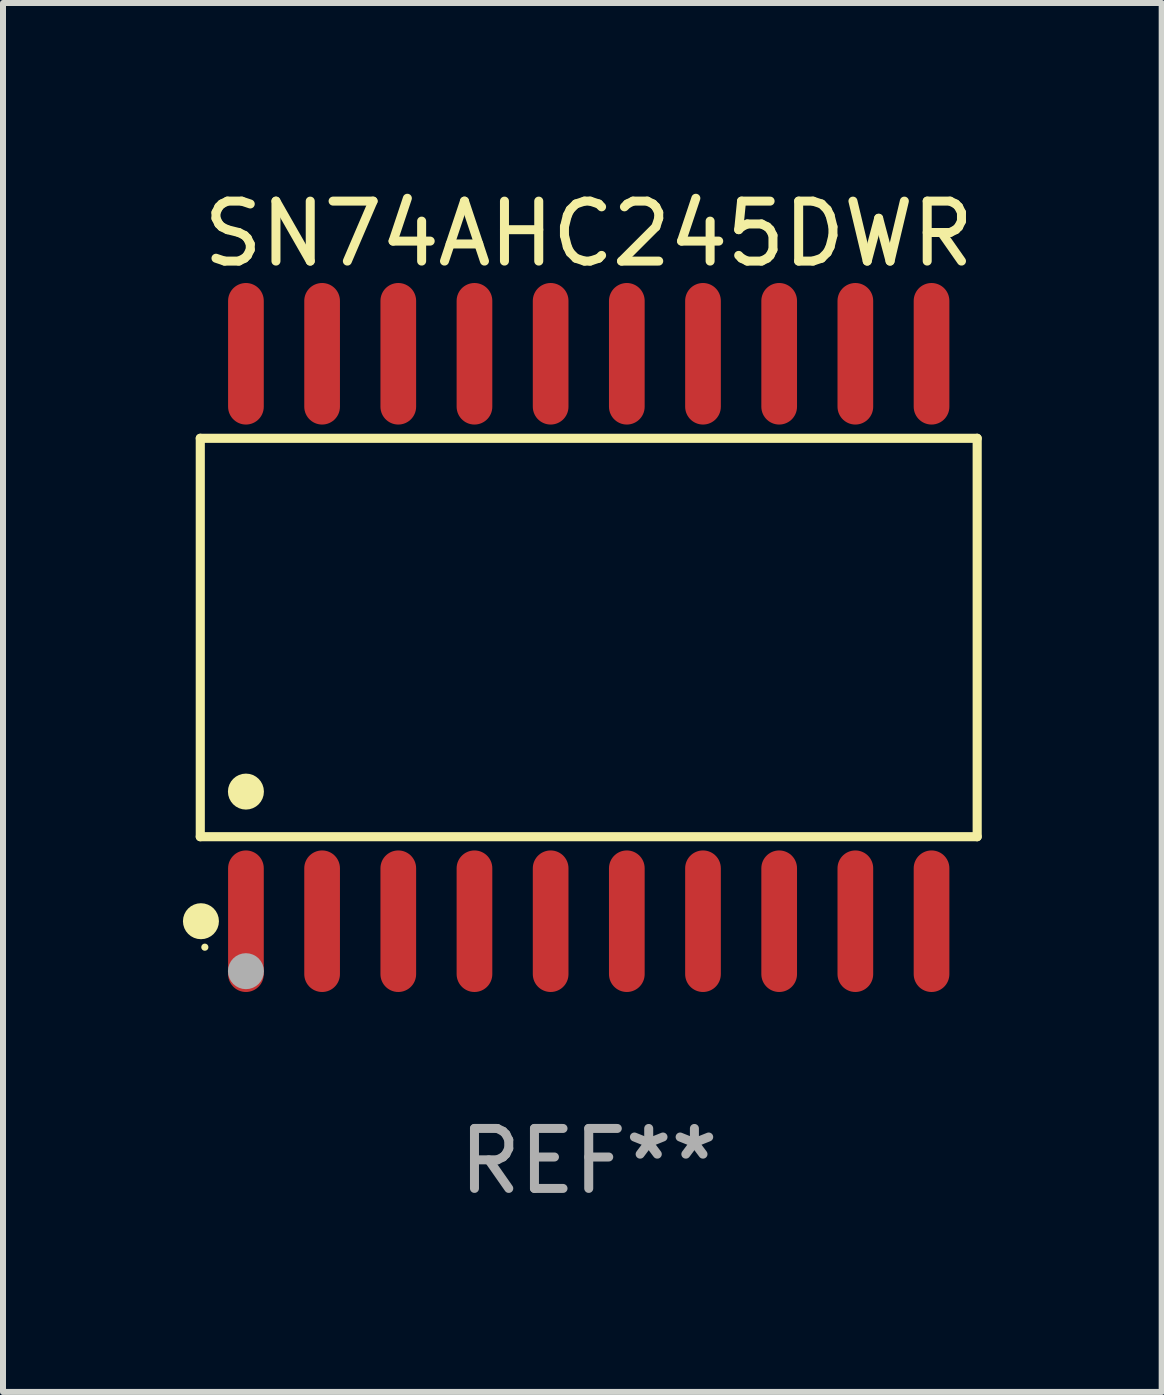
<source format=kicad_pcb>
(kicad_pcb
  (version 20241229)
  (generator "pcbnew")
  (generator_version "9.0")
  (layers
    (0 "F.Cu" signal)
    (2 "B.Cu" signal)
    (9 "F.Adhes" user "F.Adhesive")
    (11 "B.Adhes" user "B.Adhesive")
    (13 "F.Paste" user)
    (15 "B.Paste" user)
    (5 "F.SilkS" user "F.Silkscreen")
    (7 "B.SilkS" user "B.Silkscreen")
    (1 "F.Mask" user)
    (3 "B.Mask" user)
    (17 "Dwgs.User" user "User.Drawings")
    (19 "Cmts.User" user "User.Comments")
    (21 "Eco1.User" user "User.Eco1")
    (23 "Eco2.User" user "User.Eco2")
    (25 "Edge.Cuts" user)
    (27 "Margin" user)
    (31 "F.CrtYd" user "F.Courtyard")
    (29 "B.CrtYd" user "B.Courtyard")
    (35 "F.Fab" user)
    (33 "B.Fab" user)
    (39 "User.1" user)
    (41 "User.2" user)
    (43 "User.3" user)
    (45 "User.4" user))
  (footprint "SN74AHC245DWR"
    (layer "F.Cu")
    (at 6.765 7.578)
    (property "Reference" "SN74AHC245DWR" (at 0 -6.73 0) (layer "F.SilkS") (effects (font (size 1 1) (thickness 0.15))))
    (attr through_hole)
    (fp_line (start -6.476 -3.321) (end 6.476 -3.321) (stroke (width 0.152) (type solid)) (layer "F.SilkS"))
    (fp_line (start -6.476 3.321) (end -6.476 -3.321) (stroke (width 0.152) (type solid)) (layer "F.SilkS"))
    (fp_line (start 6.476 -3.321) (end 6.476 3.321) (stroke (width 0.152) (type solid)) (layer "F.SilkS"))
    (fp_line (start 6.476 3.321) (end -6.476 3.321) (stroke (width 0.152) (type solid)) (layer "F.SilkS"))
    (fp_circle (center -6.465 4.73) (end -6.315 4.73) (stroke (width 0.3) (type solid)) (fill no) (layer "F.SilkS"))
    (fp_circle (center -6.4 5.163) (end -6.37 5.163) (stroke (width 0.06) (type solid)) (fill no) (layer "F.SilkS"))
    (fp_circle (center -5.715 2.569) (end -5.565 2.569) (stroke (width 0.3) (type solid)) (fill no) (layer "F.SilkS"))
    (fp_circle (center -5.715 5.563) (end -5.565 5.563) (stroke (width 0.3) (type solid)) (fill no) (layer "F.Fab"))
    (fp_text user "REF**" (at 0 8.73 0) (layer "F.Fab") (effects (font (size 1 1) (thickness 0.15))))
    (pad "1" smd oval (at -5.715 4.73) (size 0.595 2.36) (layers "F.Cu" "F.Mask" "F.Paste"))
    (pad "2" smd oval (at -4.445 4.73) (size 0.595 2.36) (layers "F.Cu" "F.Mask" "F.Paste"))
    (pad "3" smd oval (at -3.175 4.73) (size 0.595 2.36) (layers "F.Cu" "F.Mask" "F.Paste"))
    (pad "4" smd oval (at -1.905 4.73) (size 0.595 2.36) (layers "F.Cu" "F.Mask" "F.Paste"))
    (pad "5" smd oval (at -0.635 4.73) (size 0.595 2.36) (layers "F.Cu" "F.Mask" "F.Paste"))
    (pad "6" smd oval (at 0.635 4.73) (size 0.595 2.36) (layers "F.Cu" "F.Mask" "F.Paste"))
    (pad "7" smd oval (at 1.905 4.73) (size 0.595 2.36) (layers "F.Cu" "F.Mask" "F.Paste"))
    (pad "8" smd oval (at 3.175 4.73) (size 0.595 2.36) (layers "F.Cu" "F.Mask" "F.Paste"))
    (pad "9" smd oval (at 4.445 4.73) (size 0.595 2.36) (layers "F.Cu" "F.Mask" "F.Paste"))
    (pad "10" smd oval (at 5.715 4.73) (size 0.595 2.36) (layers "F.Cu" "F.Mask" "F.Paste"))
    (pad "11" smd oval (at 5.715 -4.73) (size 0.595 2.36) (layers "F.Cu" "F.Mask" "F.Paste"))
    (pad "12" smd oval (at 4.445 -4.73) (size 0.595 2.36) (layers "F.Cu" "F.Mask" "F.Paste"))
    (pad "13" smd oval (at 3.175 -4.73) (size 0.595 2.36) (layers "F.Cu" "F.Mask" "F.Paste"))
    (pad "14" smd oval (at 1.905 -4.73) (size 0.595 2.36) (layers "F.Cu" "F.Mask" "F.Paste"))
    (pad "15" smd oval (at 0.635 -4.73) (size 0.595 2.36) (layers "F.Cu" "F.Mask" "F.Paste"))
    (pad "16" smd oval (at -0.635 -4.73) (size 0.595 2.36) (layers "F.Cu" "F.Mask" "F.Paste"))
    (pad "17" smd oval (at -1.905 -4.73) (size 0.595 2.36) (layers "F.Cu" "F.Mask" "F.Paste"))
    (pad "18" smd oval (at -3.175 -4.73) (size 0.595 2.36) (layers "F.Cu" "F.Mask" "F.Paste"))
    (pad "19" smd oval (at -4.445 -4.73) (size 0.595 2.36) (layers "F.Cu" "F.Mask" "F.Paste"))
    (pad "20" smd oval (at -5.715 -4.73) (size 0.595 2.36) (layers "F.Cu" "F.Mask" "F.Paste")))
  (gr_rect
    (start -3 -3)
    (end 16.317 20.156)
    (stroke (width 0.1) (type default))
    (fill no)
    (layer "Edge.Cuts")))
</source>
